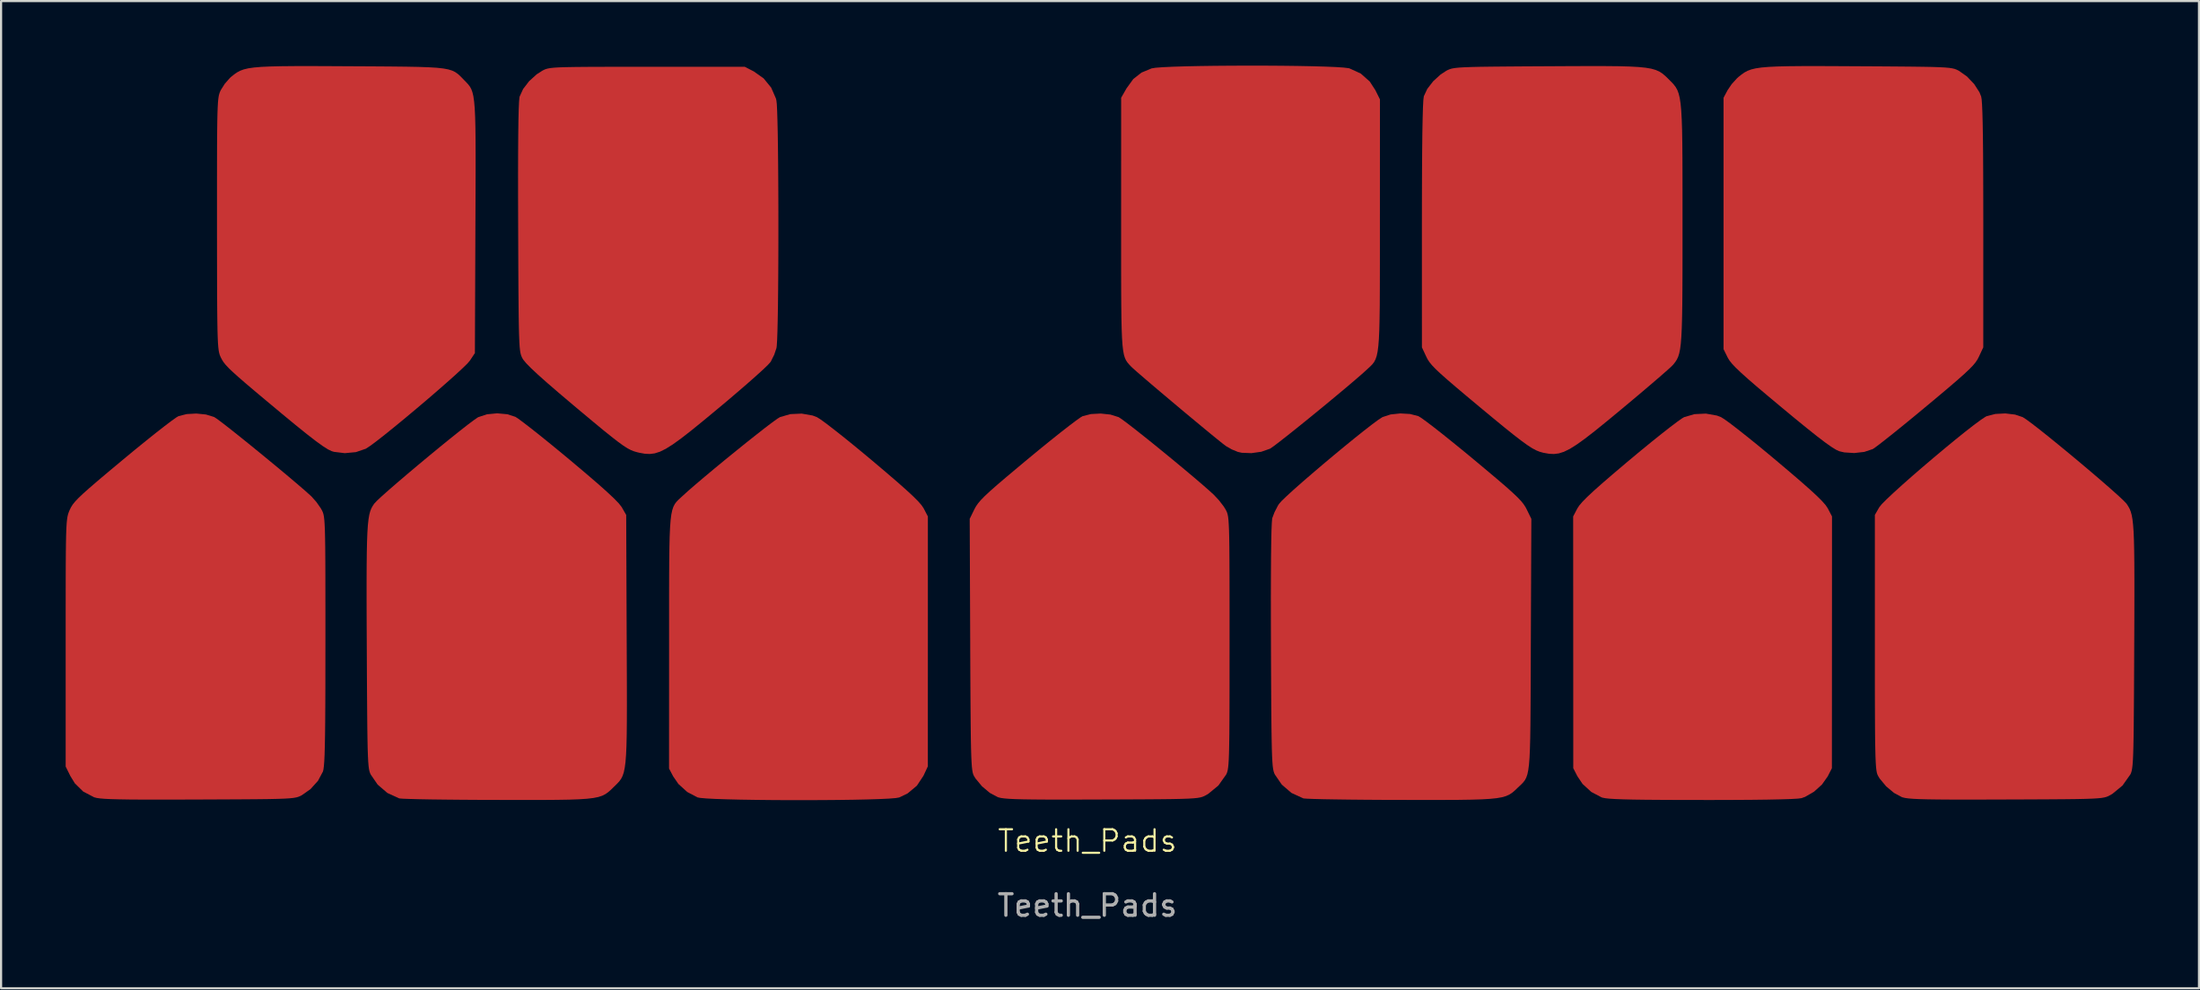
<source format=kicad_pcb>
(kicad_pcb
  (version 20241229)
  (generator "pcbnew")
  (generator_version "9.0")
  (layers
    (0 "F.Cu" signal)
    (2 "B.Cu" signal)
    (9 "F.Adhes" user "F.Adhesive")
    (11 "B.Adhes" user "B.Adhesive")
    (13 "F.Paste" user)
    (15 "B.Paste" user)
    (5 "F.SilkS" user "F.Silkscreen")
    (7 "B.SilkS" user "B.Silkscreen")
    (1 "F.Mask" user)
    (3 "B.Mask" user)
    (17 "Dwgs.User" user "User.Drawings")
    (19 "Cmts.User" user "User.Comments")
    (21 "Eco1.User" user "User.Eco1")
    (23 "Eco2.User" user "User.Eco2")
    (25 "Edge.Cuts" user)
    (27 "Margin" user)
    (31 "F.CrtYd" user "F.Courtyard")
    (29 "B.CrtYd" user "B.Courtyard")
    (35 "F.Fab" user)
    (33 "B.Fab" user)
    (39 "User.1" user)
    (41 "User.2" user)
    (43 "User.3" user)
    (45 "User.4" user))
  (footprint "Teeth_Pads"
    (layer "F.Cu")
    (at 47.968 36.529)
    (property "Reference" "Teeth_Pads" (at -0.512 -0.5 0) (unlocked yes) (layer "F.SilkS") (effects (font (size 1 1) (thickness 0.1))))
    (attr smd)
    (fp_poly (pts (xy 28.727 -20.217) (xy 28.921 -20.143) (xy 29.073 -20.048) (xy 29.337 -19.858) (xy 29.692 -19.585) (xy 30.122 -19.246) (xy 30.607 -18.854) (xy 31.129 -18.423) (xy 31.488 -18.124) (xy 32.13 -17.58) (xy 32.653 -17.131) (xy 33.066 -16.765) (xy 33.383 -16.472) (xy 33.614 -16.241) (xy 33.773 -16.061) (xy 33.87 -15.92) (xy 33.88 -15.902) (xy 34.074 -15.529) (xy 34.072 -9.679) (xy 34.069 -3.829) (xy 33.875 -3.448) (xy 33.608 -3.07) (xy 33.238 -2.736) (xy 32.825 -2.497) (xy 32.654 -2.436) (xy 32.489 -2.415) (xy 32.162 -2.396) (xy 31.681 -2.381) (xy 31.054 -2.368) (xy 30.287 -2.359) (xy 29.389 -2.354) (xy 28.367 -2.351) (xy 28.021 -2.352) (xy 27.007 -2.353) (xy 26.15 -2.357) (xy 25.435 -2.362) (xy 24.851 -2.37) (xy 24.383 -2.381) (xy 24.019 -2.395) (xy 23.745 -2.412) (xy 23.549 -2.433) (xy 23.416 -2.459) (xy 23.375 -2.472) (xy 22.895 -2.724) (xy 22.488 -3.097) (xy 22.248 -3.455) (xy 22.056 -3.829) (xy 22.054 -9.679) (xy 22.052 -15.529) (xy 22.246 -15.902) (xy 22.335 -16.037) (xy 22.483 -16.211) (xy 22.703 -16.434) (xy 23.006 -16.717) (xy 23.404 -17.071) (xy 23.909 -17.507) (xy 24.533 -18.036) (xy 24.638 -18.124) (xy 25.176 -18.572) (xy 25.688 -18.991) (xy 26.156 -19.367) (xy 26.563 -19.685) (xy 26.889 -19.932) (xy 27.117 -20.092) (xy 27.205 -20.143) (xy 27.685 -20.283) (xy 28.216 -20.308)) (stroke (width 0) (type solid)) (fill yes) (layer "F.Mask"))
    (fp_poly (pts (xy -13.271 -20.218) (xy -13.074 -20.143) (xy -12.921 -20.048) (xy -12.658 -19.858) (xy -12.302 -19.585) (xy -11.873 -19.246) (xy -11.388 -18.854) (xy -10.865 -18.423) (xy -10.507 -18.124) (xy -9.864 -17.58) (xy -9.342 -17.131) (xy -8.928 -16.765) (xy -8.612 -16.472) (xy -8.38 -16.241) (xy -8.222 -16.061) (xy -8.125 -15.92) (xy -8.115 -15.902) (xy -7.92 -15.529) (xy -7.921 -9.721) (xy -7.922 -3.914) (xy -8.124 -3.48) (xy -8.431 -3.016) (xy -8.861 -2.657) (xy -9.254 -2.468) (xy -9.419 -2.44) (xy -9.734 -2.415) (xy -10.177 -2.394) (xy -10.73 -2.377) (xy -11.371 -2.363) (xy -12.08 -2.353) (xy -12.838 -2.347) (xy -13.624 -2.344) (xy -14.418 -2.344) (xy -15.199 -2.349) (xy -15.949 -2.357) (xy -16.645 -2.368) (xy -17.269 -2.383) (xy -17.8 -2.401) (xy -18.218 -2.423) (xy -18.503 -2.449) (xy -18.62 -2.472) (xy -19.099 -2.724) (xy -19.509 -3.097) (xy -19.749 -3.447) (xy -19.943 -3.813) (xy -19.941 -9.663) (xy -19.941 -10.838) (xy -19.941 -11.855) (xy -19.939 -12.728) (xy -19.934 -13.468) (xy -19.926 -14.088) (xy -19.913 -14.601) (xy -19.895 -15.018) (xy -19.87 -15.351) (xy -19.836 -15.614) (xy -19.794 -15.819) (xy -19.742 -15.977) (xy -19.678 -16.102) (xy -19.602 -16.204) (xy -19.513 -16.298) (xy -19.409 -16.394) (xy -19.34 -16.458) (xy -19.068 -16.704) (xy -18.711 -17.014) (xy -18.289 -17.373) (xy -17.82 -17.764) (xy -17.325 -18.172) (xy -16.824 -18.58) (xy -16.336 -18.974) (xy -15.88 -19.335) (xy -15.477 -19.65) (xy -15.147 -19.901) (xy -14.908 -20.072) (xy -14.789 -20.145) (xy -14.31 -20.284) (xy -13.78 -20.308)) (stroke (width 0) (type solid)) (fill yes) (layer "F.Mask"))
    (fp_poly (pts (xy 34.338 -36.455) (xy 35.273 -36.45) (xy 36.242 -36.445) (xy 37.056 -36.439) (xy 37.731 -36.433) (xy 38.281 -36.426) (xy 38.72 -36.418) (xy 39.064 -36.406) (xy 39.327 -36.392) (xy 39.524 -36.374) (xy 39.67 -36.351) (xy 39.779 -36.324) (xy 39.867 -36.29) (xy 39.947 -36.25) (xy 39.971 -36.238) (xy 40.344 -35.974) (xy 40.677 -35.623) (xy 40.924 -35.239) (xy 41.003 -35.041) (xy 41.025 -34.91) (xy 41.044 -34.666) (xy 41.059 -34.303) (xy 41.072 -33.814) (xy 41.083 -33.191) (xy 41.091 -32.428) (xy 41.096 -31.517) (xy 41.1 -30.452) (xy 41.101 -29.225) (xy 41.101 -29.05) (xy 41.1 -23.387) (xy 40.896 -22.95) (xy 40.829 -22.821) (xy 40.74 -22.688) (xy 40.615 -22.538) (xy 40.441 -22.359) (xy 40.202 -22.136) (xy 39.886 -21.856) (xy 39.479 -21.506) (xy 38.965 -21.074) (xy 38.463 -20.655) (xy 37.926 -20.209) (xy 37.419 -19.794) (xy 36.961 -19.423) (xy 36.568 -19.11) (xy 36.257 -18.868) (xy 36.046 -18.711) (xy 35.965 -18.659) (xy 35.573 -18.528) (xy 35.106 -18.475) (xy 34.642 -18.505) (xy 34.413 -18.559) (xy 34.262 -18.628) (xy 34.047 -18.761) (xy 33.757 -18.966) (xy 33.382 -19.252) (xy 32.911 -19.627) (xy 32.334 -20.098) (xy 31.727 -20.601) (xy 31.091 -21.133) (xy 30.574 -21.57) (xy 30.162 -21.926) (xy 29.844 -22.212) (xy 29.605 -22.44) (xy 29.433 -22.622) (xy 29.315 -22.77) (xy 29.237 -22.896) (xy 29.229 -22.912) (xy 29.037 -23.302) (xy 29.037 -29.144) (xy 29.037 -34.986) (xy 29.225 -35.338) (xy 29.415 -35.619) (xy 29.659 -35.889) (xy 29.733 -35.955) (xy 29.87 -36.065) (xy 30.004 -36.159) (xy 30.148 -36.237) (xy 30.318 -36.301) (xy 30.528 -36.352) (xy 30.792 -36.391) (xy 31.126 -36.42) (xy 31.543 -36.44) (xy 32.058 -36.452) (xy 32.686 -36.458) (xy 33.441 -36.459)) (stroke (width 0) (type solid)) (fill yes) (layer "F.Mask"))
    (fp_poly (pts (xy 7.739 -36.478) (xy 8.512 -36.473) (xy 9.248 -36.464) (xy 9.924 -36.451) (xy 10.52 -36.434) (xy 11.015 -36.414) (xy 11.389 -36.389) (xy 11.62 -36.361) (xy 11.658 -36.352) (xy 12.185 -36.112) (xy 12.602 -35.742) (xy 12.861 -35.344) (xy 13.077 -34.911) (xy 13.075 -29.107) (xy 13.075 -27.937) (xy 13.074 -26.924) (xy 13.072 -26.056) (xy 13.068 -25.32) (xy 13.06 -24.704) (xy 13.047 -24.195) (xy 13.028 -23.781) (xy 13.002 -23.451) (xy 12.969 -23.19) (xy 12.926 -22.988) (xy 12.873 -22.832) (xy 12.808 -22.708) (xy 12.731 -22.606) (xy 12.641 -22.512) (xy 12.535 -22.415) (xy 12.473 -22.357) (xy 12.242 -22.148) (xy 11.919 -21.868) (xy 11.523 -21.532) (xy 11.075 -21.157) (xy 10.594 -20.758) (xy 10.1 -20.353) (xy 9.614 -19.957) (xy 9.154 -19.586) (xy 8.741 -19.258) (xy 8.394 -18.986) (xy 8.134 -18.789) (xy 7.98 -18.682) (xy 7.965 -18.674) (xy 7.567 -18.535) (xy 7.104 -18.47) (xy 6.658 -18.488) (xy 6.476 -18.528) (xy 6.193 -18.645) (xy 5.926 -18.798) (xy 5.776 -18.912) (xy 5.521 -19.116) (xy 5.183 -19.393) (xy 4.779 -19.726) (xy 4.33 -20.099) (xy 3.856 -20.494) (xy 3.377 -20.897) (xy 2.912 -21.289) (xy 2.481 -21.654) (xy 2.105 -21.976) (xy 1.802 -22.238) (xy 1.593 -22.423) (xy 1.503 -22.509) (xy 1.418 -22.602) (xy 1.344 -22.69) (xy 1.281 -22.787) (xy 1.228 -22.903) (xy 1.184 -23.052) (xy 1.148 -23.247) (xy 1.12 -23.498) (xy 1.098 -23.819) (xy 1.081 -24.222) (xy 1.07 -24.719) (xy 1.062 -25.323) (xy 1.058 -26.046) (xy 1.055 -26.899) (xy 1.055 -27.897) (xy 1.055 -29.05) (xy 1.055 -29.163) (xy 1.056 -34.986) (xy 1.306 -35.423) (xy 1.619 -35.856) (xy 2.002 -36.156) (xy 2.471 -36.351) (xy 2.656 -36.381) (xy 2.99 -36.406) (xy 3.451 -36.428) (xy 4.02 -36.446) (xy 4.674 -36.46) (xy 5.394 -36.47) (xy 6.159 -36.476) (xy 6.947 -36.479)) (stroke (width 0) (type solid)) (fill yes) (layer "F.Mask"))
    (fp_poly (pts (xy -16.005 -36.209) (xy -15.55 -35.887) (xy -15.198 -35.456) (xy -14.979 -34.954) (xy -14.956 -34.859) (xy -14.937 -34.687) (xy -14.921 -34.365) (xy -14.906 -33.91) (xy -14.894 -33.34) (xy -14.884 -32.675) (xy -14.876 -31.931) (xy -14.869 -31.126) (xy -14.865 -30.28) (xy -14.863 -29.409) (xy -14.863 -28.532) (xy -14.865 -27.667) (xy -14.87 -26.832) (xy -14.876 -26.045) (xy -14.884 -25.324) (xy -14.895 -24.687) (xy -14.907 -24.152) (xy -14.922 -23.737) (xy -14.939 -23.461) (xy -14.952 -23.358) (xy -15.057 -23.045) (xy -15.207 -22.742) (xy -15.238 -22.694) (xy -15.351 -22.57) (xy -15.577 -22.353) (xy -15.9 -22.059) (xy -16.304 -21.703) (xy -16.771 -21.299) (xy -17.285 -20.862) (xy -17.67 -20.54) (xy -18.346 -19.98) (xy -18.909 -19.522) (xy -19.377 -19.158) (xy -19.765 -18.878) (xy -20.089 -18.674) (xy -20.366 -18.537) (xy -20.611 -18.459) (xy -20.841 -18.431) (xy -21.072 -18.443) (xy -21.319 -18.488) (xy -21.425 -18.513) (xy -21.567 -18.554) (xy -21.712 -18.611) (xy -21.874 -18.697) (xy -22.07 -18.822) (xy -22.312 -18.997) (xy -22.616 -19.233) (xy -22.997 -19.54) (xy -23.47 -19.931) (xy -24.05 -20.415) (xy -24.383 -20.695) (xy -25.053 -21.262) (xy -25.599 -21.733) (xy -26.029 -22.116) (xy -26.353 -22.419) (xy -26.579 -22.65) (xy -26.716 -22.818) (xy -26.754 -22.879) (xy -26.788 -22.949) (xy -26.817 -23.027) (xy -26.842 -23.123) (xy -26.864 -23.251) (xy -26.882 -23.424) (xy -26.896 -23.653) (xy -26.908 -23.953) (xy -26.918 -24.334) (xy -26.926 -24.81) (xy -26.932 -25.394) (xy -26.938 -26.098) (xy -26.942 -26.934) (xy -26.947 -27.915) (xy -26.951 -28.96) (xy -26.955 -30.284) (xy -26.956 -31.442) (xy -26.953 -32.435) (xy -26.947 -33.265) (xy -26.938 -33.935) (xy -26.925 -34.448) (xy -26.909 -34.805) (xy -26.889 -35.008) (xy -26.883 -35.039) (xy -26.721 -35.393) (xy -26.444 -35.754) (xy -26.095 -36.072) (xy -25.833 -36.241) (xy -25.755 -36.282) (xy -25.674 -36.316) (xy -25.575 -36.344) (xy -25.445 -36.367) (xy -25.268 -36.385) (xy -25.031 -36.399) (xy -24.719 -36.409) (xy -24.318 -36.416) (xy -23.812 -36.421) (xy -23.189 -36.424) (xy -22.434 -36.425) (xy -21.531 -36.426) (xy -20.957 -36.426) (xy -16.425 -36.426)) (stroke (width 0) (type solid)) (fill yes) (layer "F.Mask"))
    (fp_poly (pts (xy 14.479 -20.29) (xy 14.862 -20.19) (xy 14.997 -20.107) (xy 15.245 -19.928) (xy 15.587 -19.667) (xy 16.007 -19.338) (xy 16.486 -18.953) (xy 17.007 -18.528) (xy 17.417 -18.189) (xy 18.032 -17.676) (xy 18.528 -17.257) (xy 18.922 -16.919) (xy 19.227 -16.647) (xy 19.456 -16.43) (xy 19.624 -16.254) (xy 19.745 -16.105) (xy 19.834 -15.97) (xy 19.889 -15.866) (xy 20.109 -15.417) (xy 20.085 -9.581) (xy 20.081 -8.421) (xy 20.077 -7.417) (xy 20.073 -6.558) (xy 20.066 -5.831) (xy 20.057 -5.224) (xy 20.044 -4.723) (xy 20.025 -4.318) (xy 20 -3.994) (xy 19.967 -3.74) (xy 19.925 -3.544) (xy 19.873 -3.392) (xy 19.811 -3.273) (xy 19.736 -3.174) (xy 19.647 -3.082) (xy 19.544 -2.985) (xy 19.462 -2.907) (xy 19.337 -2.788) (xy 19.217 -2.687) (xy 19.088 -2.603) (xy 18.935 -2.534) (xy 18.744 -2.479) (xy 18.501 -2.436) (xy 18.19 -2.404) (xy 17.797 -2.381) (xy 17.308 -2.366) (xy 16.708 -2.357) (xy 15.983 -2.354) (xy 15.118 -2.353) (xy 14.099 -2.355) (xy 14.057 -2.355) (xy 13.21 -2.357) (xy 12.411 -2.362) (xy 11.674 -2.369) (xy 11.018 -2.378) (xy 10.46 -2.387) (xy 10.015 -2.399) (xy 9.702 -2.411) (xy 9.537 -2.423) (xy 9.52 -2.426) (xy 8.969 -2.678) (xy 8.517 -3.067) (xy 8.197 -3.533) (xy 8.166 -3.599) (xy 8.139 -3.68) (xy 8.116 -3.788) (xy 8.096 -3.936) (xy 8.08 -4.137) (xy 8.066 -4.403) (xy 8.055 -4.746) (xy 8.046 -5.18) (xy 8.038 -5.716) (xy 8.032 -6.368) (xy 8.027 -7.148) (xy 8.022 -8.068) (xy 8.017 -9.141) (xy 8.015 -9.482) (xy 8.011 -10.718) (xy 8.011 -11.824) (xy 8.013 -12.794) (xy 8.019 -13.622) (xy 8.027 -14.304) (xy 8.039 -14.835) (xy 8.053 -15.208) (xy 8.07 -15.419) (xy 8.077 -15.452) (xy 8.18 -15.726) (xy 8.334 -16.025) (xy 8.385 -16.106) (xy 8.506 -16.244) (xy 8.739 -16.47) (xy 9.067 -16.769) (xy 9.468 -17.124) (xy 9.924 -17.518) (xy 10.415 -17.936) (xy 10.921 -18.361) (xy 11.423 -18.777) (xy 11.901 -19.167) (xy 12.336 -19.514) (xy 12.708 -19.803) (xy 12.999 -20.018) (xy 13.187 -20.14) (xy 13.199 -20.147) (xy 13.57 -20.268) (xy 14.021 -20.316)) (stroke (width 0) (type solid)) (fill yes) (layer "F.Mask"))
    (fp_poly (pts (xy -27.458 -20.279) (xy -27.08 -20.158) (xy -26.939 -20.066) (xy -26.686 -19.879) (xy -26.34 -19.611) (xy -25.918 -19.276) (xy -25.438 -18.888) (xy -24.918 -18.461) (xy -24.551 -18.156) (xy -23.854 -17.57) (xy -23.285 -17.081) (xy -22.837 -16.683) (xy -22.502 -16.369) (xy -22.274 -16.133) (xy -22.146 -15.969) (xy -22.138 -15.956) (xy -21.933 -15.598) (xy -21.909 -9.848) (xy -21.904 -8.669) (xy -21.901 -7.647) (xy -21.899 -6.769) (xy -21.902 -6.024) (xy -21.908 -5.399) (xy -21.92 -4.881) (xy -21.939 -4.458) (xy -21.965 -4.117) (xy -22 -3.847) (xy -22.045 -3.635) (xy -22.101 -3.469) (xy -22.169 -3.335) (xy -22.25 -3.222) (xy -22.345 -3.118) (xy -22.455 -3.009) (xy -22.506 -2.96) (xy -22.64 -2.829) (xy -22.764 -2.719) (xy -22.893 -2.627) (xy -23.042 -2.551) (xy -23.225 -2.491) (xy -23.457 -2.444) (xy -23.752 -2.409) (xy -24.126 -2.384) (xy -24.592 -2.367) (xy -25.165 -2.358) (xy -25.861 -2.353) (xy -26.693 -2.353) (xy -27.676 -2.354) (xy -27.934 -2.355) (xy -28.78 -2.357) (xy -29.581 -2.362) (xy -30.317 -2.369) (xy -30.974 -2.377) (xy -31.533 -2.387) (xy -31.978 -2.399) (xy -32.292 -2.41) (xy -32.457 -2.423) (xy -32.474 -2.426) (xy -33.026 -2.678) (xy -33.478 -3.067) (xy -33.798 -3.533) (xy -33.829 -3.599) (xy -33.856 -3.681) (xy -33.879 -3.79) (xy -33.899 -3.939) (xy -33.915 -4.142) (xy -33.929 -4.41) (xy -33.94 -4.756) (xy -33.95 -5.193) (xy -33.958 -5.733) (xy -33.964 -6.39) (xy -33.97 -7.175) (xy -33.975 -8.102) (xy -33.981 -9.183) (xy -33.982 -9.417) (xy -33.987 -10.594) (xy -33.99 -11.613) (xy -33.991 -12.488) (xy -33.988 -13.231) (xy -33.981 -13.854) (xy -33.97 -14.37) (xy -33.953 -14.791) (xy -33.93 -15.13) (xy -33.901 -15.399) (xy -33.865 -15.61) (xy -33.82 -15.775) (xy -33.768 -15.908) (xy -33.706 -16.02) (xy -33.634 -16.125) (xy -33.632 -16.127) (xy -33.51 -16.257) (xy -33.276 -16.476) (xy -32.948 -16.767) (xy -32.546 -17.116) (xy -32.09 -17.505) (xy -31.599 -17.918) (xy -31.093 -18.34) (xy -30.591 -18.753) (xy -30.114 -19.141) (xy -29.679 -19.489) (xy -29.307 -19.78) (xy -29.018 -19.998) (xy -28.831 -20.127) (xy -28.8 -20.144) (xy -28.399 -20.276) (xy -27.927 -20.321)) (stroke (width 0) (type solid)) (fill yes) (layer "F.Mask"))
    (fp_poly (pts (xy 42.58 -20.262) (xy 42.931 -20.144) (xy 43.094 -20.039) (xy 43.363 -19.841) (xy 43.718 -19.566) (xy 44.139 -19.23) (xy 44.608 -18.849) (xy 45.104 -18.44) (xy 45.61 -18.018) (xy 46.105 -17.6) (xy 46.57 -17.202) (xy 46.985 -16.84) (xy 47.332 -16.531) (xy 47.591 -16.29) (xy 47.743 -16.133) (xy 47.764 -16.106) (xy 47.836 -15.996) (xy 47.897 -15.883) (xy 47.95 -15.754) (xy 47.994 -15.596) (xy 48.03 -15.398) (xy 48.059 -15.146) (xy 48.081 -14.828) (xy 48.098 -14.431) (xy 48.109 -13.943) (xy 48.116 -13.35) (xy 48.119 -12.642) (xy 48.119 -11.803) (xy 48.117 -10.824) (xy 48.112 -9.689) (xy 48.111 -9.459) (xy 48.106 -8.342) (xy 48.101 -7.381) (xy 48.096 -6.564) (xy 48.09 -5.879) (xy 48.082 -5.312) (xy 48.074 -4.852) (xy 48.063 -4.486) (xy 48.05 -4.201) (xy 48.034 -3.984) (xy 48.016 -3.823) (xy 47.993 -3.705) (xy 47.967 -3.618) (xy 47.937 -3.549) (xy 47.929 -3.533) (xy 47.567 -3.023) (xy 47.095 -2.635) (xy 46.986 -2.572) (xy 46.908 -2.532) (xy 46.826 -2.498) (xy 46.725 -2.47) (xy 46.591 -2.447) (xy 46.409 -2.429) (xy 46.165 -2.414) (xy 45.845 -2.403) (xy 45.433 -2.394) (xy 44.916 -2.388) (xy 44.28 -2.383) (xy 43.508 -2.379) (xy 42.588 -2.375) (xy 42.16 -2.374) (xy 41.146 -2.371) (xy 40.288 -2.37) (xy 39.571 -2.371) (xy 38.982 -2.375) (xy 38.507 -2.382) (xy 38.132 -2.392) (xy 37.843 -2.406) (xy 37.627 -2.424) (xy 37.468 -2.446) (xy 37.355 -2.473) (xy 37.321 -2.484) (xy 36.951 -2.682) (xy 36.587 -2.988) (xy 36.288 -3.349) (xy 36.212 -3.473) (xy 36.183 -3.535) (xy 36.159 -3.616) (xy 36.137 -3.729) (xy 36.12 -3.885) (xy 36.105 -4.097) (xy 36.093 -4.376) (xy 36.084 -4.736) (xy 36.077 -5.188) (xy 36.071 -5.744) (xy 36.068 -6.416) (xy 36.066 -7.217) (xy 36.064 -8.159) (xy 36.064 -9.254) (xy 36.064 -9.671) (xy 36.064 -15.598) (xy 36.269 -15.956) (xy 36.385 -16.099) (xy 36.615 -16.331) (xy 36.94 -16.636) (xy 37.34 -16.999) (xy 37.796 -17.402) (xy 38.29 -17.829) (xy 38.802 -18.265) (xy 39.314 -18.694) (xy 39.806 -19.098) (xy 40.259 -19.463) (xy 40.654 -19.771) (xy 40.972 -20.007) (xy 41.194 -20.155) (xy 41.261 -20.189) (xy 41.66 -20.292) (xy 42.125 -20.316)) (stroke (width 0) (type solid)) (fill yes) (layer "F.Mask"))
    (fp_poly (pts (xy 23.538 -36.458) (xy 24.161 -36.452) (xy 24.672 -36.438) (xy 25.086 -36.415) (xy 25.416 -36.382) (xy 25.678 -36.337) (xy 25.885 -36.278) (xy 26.052 -36.205) (xy 26.193 -36.114) (xy 26.323 -36.006) (xy 26.456 -35.878) (xy 26.497 -35.837) (xy 26.618 -35.716) (xy 26.722 -35.603) (xy 26.812 -35.486) (xy 26.887 -35.352) (xy 26.949 -35.188) (xy 27 -34.981) (xy 27.04 -34.72) (xy 27.071 -34.391) (xy 27.095 -33.981) (xy 27.111 -33.479) (xy 27.121 -32.87) (xy 27.128 -32.143) (xy 27.131 -31.285) (xy 27.132 -30.284) (xy 27.132 -29.125) (xy 27.132 -29.102) (xy 27.131 -27.949) (xy 27.13 -26.952) (xy 27.127 -26.099) (xy 27.121 -25.378) (xy 27.111 -24.775) (xy 27.096 -24.279) (xy 27.077 -23.875) (xy 27.051 -23.553) (xy 27.017 -23.298) (xy 26.976 -23.099) (xy 26.926 -22.943) (xy 26.866 -22.817) (xy 26.796 -22.708) (xy 26.714 -22.603) (xy 26.686 -22.569) (xy 26.576 -22.462) (xy 26.353 -22.262) (xy 26.034 -21.983) (xy 25.634 -21.64) (xy 25.17 -21.246) (xy 24.66 -20.818) (xy 24.296 -20.513) (xy 23.625 -19.958) (xy 23.065 -19.505) (xy 22.601 -19.145) (xy 22.217 -18.869) (xy 21.897 -18.668) (xy 21.624 -18.534) (xy 21.383 -18.458) (xy 21.157 -18.43) (xy 20.93 -18.441) (xy 20.687 -18.484) (xy 20.655 -18.491) (xy 20.499 -18.534) (xy 20.334 -18.6) (xy 20.146 -18.701) (xy 19.919 -18.848) (xy 19.638 -19.051) (xy 19.288 -19.321) (xy 18.854 -19.669) (xy 18.321 -20.107) (xy 17.706 -20.618) (xy 17.091 -21.132) (xy 16.593 -21.552) (xy 16.198 -21.891) (xy 15.893 -22.162) (xy 15.664 -22.378) (xy 15.497 -22.553) (xy 15.377 -22.699) (xy 15.291 -22.83) (xy 15.23 -22.949) (xy 15.026 -23.387) (xy 15.026 -29.06) (xy 15.027 -30.375) (xy 15.031 -31.531) (xy 15.038 -32.527) (xy 15.048 -33.361) (xy 15.06 -34.032) (xy 15.075 -34.539) (xy 15.093 -34.879) (xy 15.114 -35.052) (xy 15.115 -35.056) (xy 15.276 -35.399) (xy 15.55 -35.753) (xy 15.893 -36.066) (xy 16.161 -36.241) (xy 16.242 -36.282) (xy 16.326 -36.317) (xy 16.43 -36.346) (xy 16.566 -36.369) (xy 16.751 -36.388) (xy 16.999 -36.403) (xy 17.325 -36.415) (xy 17.743 -36.425) (xy 18.269 -36.432) (xy 18.917 -36.438) (xy 19.701 -36.444) (xy 20.637 -36.449) (xy 20.853 -36.45) (xy 21.898 -36.456) (xy 22.788 -36.459)) (stroke (width 0) (type solid)) (fill yes) (layer "F.Mask"))
    (fp_poly (pts (xy -41.451 -20.266) (xy -41.081 -20.153) (xy -41.055 -20.14) (xy -40.922 -20.051) (xy -40.678 -19.868) (xy -40.345 -19.609) (xy -39.943 -19.289) (xy -39.49 -18.925) (xy -39.008 -18.533) (xy -38.515 -18.128) (xy -38.032 -17.729) (xy -37.579 -17.35) (xy -37.175 -17.007) (xy -36.84 -16.718) (xy -36.595 -16.498) (xy -36.551 -16.458) (xy -36.323 -16.202) (xy -36.119 -15.909) (xy -36.086 -15.852) (xy -36.05 -15.783) (xy -36.019 -15.712) (xy -35.993 -15.624) (xy -35.971 -15.509) (xy -35.953 -15.353) (xy -35.938 -15.143) (xy -35.927 -14.868) (xy -35.918 -14.514) (xy -35.912 -14.069) (xy -35.908 -13.521) (xy -35.905 -12.856) (xy -35.903 -12.063) (xy -35.903 -11.129) (xy -35.903 -10.041) (xy -35.903 -9.756) (xy -35.903 -8.58) (xy -35.905 -7.563) (xy -35.909 -6.692) (xy -35.914 -5.958) (xy -35.921 -5.348) (xy -35.93 -4.851) (xy -35.942 -4.456) (xy -35.956 -4.153) (xy -35.973 -3.929) (xy -35.993 -3.774) (xy -36.017 -3.676) (xy -36.018 -3.674) (xy -36.246 -3.246) (xy -36.595 -2.858) (xy -36.995 -2.575) (xy -37.075 -2.534) (xy -37.157 -2.5) (xy -37.257 -2.471) (xy -37.39 -2.448) (xy -37.569 -2.429) (xy -37.809 -2.414) (xy -38.125 -2.403) (xy -38.531 -2.394) (xy -39.041 -2.388) (xy -39.671 -2.383) (xy -40.434 -2.379) (xy -41.345 -2.375) (xy -41.829 -2.373) (xy -42.847 -2.37) (xy -43.708 -2.369) (xy -44.428 -2.37) (xy -45.019 -2.374) (xy -45.495 -2.382) (xy -45.87 -2.392) (xy -46.157 -2.406) (xy -46.371 -2.424) (xy -46.524 -2.446) (xy -46.63 -2.473) (xy -46.648 -2.479) (xy -47.153 -2.743) (xy -47.54 -3.123) (xy -47.747 -3.462) (xy -47.968 -3.905) (xy -47.968 -9.651) (xy -47.968 -10.777) (xy -47.967 -11.746) (xy -47.966 -12.571) (xy -47.963 -13.265) (xy -47.959 -13.841) (xy -47.954 -14.312) (xy -47.945 -14.69) (xy -47.934 -14.988) (xy -47.92 -15.218) (xy -47.903 -15.394) (xy -47.882 -15.528) (xy -47.856 -15.634) (xy -47.826 -15.723) (xy -47.791 -15.809) (xy -47.783 -15.827) (xy -47.723 -15.951) (xy -47.644 -16.077) (xy -47.533 -16.216) (xy -47.375 -16.383) (xy -47.158 -16.59) (xy -46.866 -16.85) (xy -46.486 -17.177) (xy -46.005 -17.583) (xy -45.409 -18.081) (xy -45.314 -18.16) (xy -44.769 -18.611) (xy -44.254 -19.03) (xy -43.784 -19.406) (xy -43.379 -19.723) (xy -43.054 -19.969) (xy -42.827 -20.13) (xy -42.728 -20.189) (xy -42.348 -20.286) (xy -41.897 -20.311)) (stroke (width 0) (type solid)) (fill yes) (layer "F.Mask"))
    (fp_poly (pts (xy 0.559 -20.263) (xy 0.933 -20.146) (xy 0.947 -20.139) (xy 1.09 -20.045) (xy 1.342 -19.858) (xy 1.683 -19.595) (xy 2.091 -19.271) (xy 2.548 -18.905) (xy 3.032 -18.511) (xy 3.524 -18.107) (xy 4.003 -17.709) (xy 4.45 -17.334) (xy 4.842 -16.998) (xy 5.161 -16.718) (xy 5.358 -16.538) (xy 5.6 -16.279) (xy 5.817 -15.998) (xy 5.908 -15.852) (xy 5.944 -15.784) (xy 5.975 -15.713) (xy 6.001 -15.627) (xy 6.023 -15.513) (xy 6.041 -15.358) (xy 6.056 -15.151) (xy 6.067 -14.879) (xy 6.076 -14.529) (xy 6.082 -14.089) (xy 6.087 -13.546) (xy 6.09 -12.888) (xy 6.091 -12.103) (xy 6.092 -11.178) (xy 6.092 -10.101) (xy 6.092 -9.671) (xy 6.092 -8.532) (xy 6.091 -7.55) (xy 6.089 -6.712) (xy 6.086 -6.007) (xy 6.082 -5.421) (xy 6.076 -4.943) (xy 6.067 -4.561) (xy 6.056 -4.261) (xy 6.042 -4.031) (xy 6.026 -3.86) (xy 6.005 -3.734) (xy 5.981 -3.642) (xy 5.953 -3.57) (xy 5.934 -3.533) (xy 5.572 -3.023) (xy 5.101 -2.635) (xy 4.991 -2.572) (xy 4.913 -2.532) (xy 4.831 -2.498) (xy 4.73 -2.47) (xy 4.596 -2.447) (xy 4.414 -2.429) (xy 4.171 -2.414) (xy 3.85 -2.403) (xy 3.439 -2.394) (xy 2.922 -2.388) (xy 2.285 -2.383) (xy 1.514 -2.379) (xy 0.593 -2.375) (xy 0.165 -2.374) (xy -0.848 -2.371) (xy -1.707 -2.37) (xy -2.423 -2.371) (xy -3.012 -2.375) (xy -3.487 -2.382) (xy -3.863 -2.392) (xy -4.152 -2.406) (xy -4.368 -2.424) (xy -4.526 -2.446) (xy -4.64 -2.473) (xy -4.673 -2.484) (xy -5.044 -2.682) (xy -5.408 -2.988) (xy -5.707 -3.349) (xy -5.782 -3.473) (xy -5.811 -3.536) (xy -5.837 -3.619) (xy -5.858 -3.735) (xy -5.877 -3.896) (xy -5.892 -4.114) (xy -5.905 -4.401) (xy -5.916 -4.77) (xy -5.925 -5.233) (xy -5.932 -5.802) (xy -5.938 -6.489) (xy -5.944 -7.306) (xy -5.949 -8.267) (xy -5.953 -9.382) (xy -5.954 -9.581) (xy -5.978 -15.417) (xy -5.758 -15.866) (xy -5.686 -15.998) (xy -5.592 -16.134) (xy -5.462 -16.288) (xy -5.282 -16.472) (xy -5.038 -16.699) (xy -4.716 -16.984) (xy -4.302 -17.338) (xy -3.782 -17.775) (xy -3.286 -18.189) (xy -2.745 -18.636) (xy -2.232 -19.052) (xy -1.767 -19.424) (xy -1.365 -19.737) (xy -1.045 -19.979) (xy -0.823 -20.136) (xy -0.732 -20.189) (xy -0.347 -20.287) (xy 0.108 -20.311)) (stroke (width 0) (type solid)) (fill yes) (layer "F.Mask"))
    (fp_poly (pts (xy -35.65 -36.455) (xy -34.747 -36.45) (xy -33.739 -36.445) (xy -32.887 -36.439) (xy -32.174 -36.431) (xy -31.586 -36.42) (xy -31.109 -36.403) (xy -30.728 -36.38) (xy -30.428 -36.347) (xy -30.195 -36.303) (xy -30.013 -36.247) (xy -29.869 -36.176) (xy -29.747 -36.089) (xy -29.632 -35.985) (xy -29.511 -35.86) (xy -29.462 -35.809) (xy -29.358 -35.703) (xy -29.269 -35.606) (xy -29.192 -35.504) (xy -29.127 -35.386) (xy -29.073 -35.239) (xy -29.03 -35.052) (xy -28.995 -34.81) (xy -28.969 -34.504) (xy -28.95 -34.119) (xy -28.937 -33.644) (xy -28.93 -33.066) (xy -28.927 -32.373) (xy -28.927 -31.554) (xy -28.93 -30.594) (xy -28.934 -29.483) (xy -28.936 -28.969) (xy -28.96 -23.121) (xy -29.194 -22.768) (xy -29.316 -22.627) (xy -29.551 -22.398) (xy -29.88 -22.095) (xy -30.282 -21.736) (xy -30.739 -21.337) (xy -31.231 -20.914) (xy -31.738 -20.485) (xy -32.241 -20.065) (xy -32.72 -19.67) (xy -33.157 -19.319) (xy -33.531 -19.025) (xy -33.824 -18.808) (xy -34.015 -18.682) (xy -34.03 -18.674) (xy -34.486 -18.518) (xy -35.003 -18.469) (xy -35.504 -18.531) (xy -35.606 -18.561) (xy -35.776 -18.641) (xy -36.019 -18.794) (xy -36.345 -19.03) (xy -36.766 -19.356) (xy -37.292 -19.779) (xy -37.932 -20.308) (xy -37.977 -20.345) (xy -38.631 -20.891) (xy -39.166 -21.34) (xy -39.598 -21.706) (xy -39.937 -22) (xy -40.197 -22.234) (xy -40.392 -22.42) (xy -40.533 -22.57) (xy -40.634 -22.697) (xy -40.707 -22.812) (xy -40.766 -22.927) (xy -40.782 -22.962) (xy -40.812 -23.036) (xy -40.838 -23.126) (xy -40.86 -23.242) (xy -40.879 -23.398) (xy -40.894 -23.607) (xy -40.907 -23.879) (xy -40.917 -24.229) (xy -40.924 -24.668) (xy -40.93 -25.209) (xy -40.934 -25.865) (xy -40.936 -26.647) (xy -40.938 -27.568) (xy -40.938 -28.641) (xy -40.939 -29.139) (xy -40.939 -30.274) (xy -40.939 -31.253) (xy -40.938 -32.088) (xy -40.935 -32.791) (xy -40.931 -33.375) (xy -40.926 -33.851) (xy -40.918 -34.234) (xy -40.907 -34.535) (xy -40.894 -34.767) (xy -40.877 -34.943) (xy -40.856 -35.074) (xy -40.832 -35.174) (xy -40.803 -35.255) (xy -40.769 -35.329) (xy -40.763 -35.341) (xy -40.58 -35.632) (xy -40.342 -35.905) (xy -40.277 -35.963) (xy -40.141 -36.072) (xy -40.009 -36.164) (xy -39.865 -36.241) (xy -39.694 -36.304) (xy -39.483 -36.354) (xy -39.217 -36.392) (xy -38.882 -36.421) (xy -38.462 -36.44) (xy -37.943 -36.452) (xy -37.311 -36.458) (xy -36.552 -36.459)) (stroke (width 0) (type solid)) (fill yes) (layer "F.Mask"))
    (fp_text user "${REFERENCE}" (at -0.512 2.5 0) (unlocked yes) (layer "F.Fab") (effects (font (size 1 1) (thickness 0.15))))
    (pad "1" smd custom (at -42.362 -11.05) (size 1.524 1.524) (layers "F.Cu" "F.Mask" "F.Paste") (options (anchor circle)) (primitives (gr_poly (pts (xy -1.143 -0.381) (xy -1.127 -0.49) (xy -1.072 -0.602) (xy -0.983 -0.691) (xy -0.871 -0.746) (xy -0.762 -0.762) (xy 0.762 -0.762) (xy 0.871 -0.746) (xy 0.983 -0.691) (xy 1.072 -0.602) (xy 1.127 -0.49) (xy 1.143 -0.381) (xy 1.143 0.381) (xy 1.127 0.49) (xy 1.072 0.602) (xy 0.983 0.691) (xy 0.871 0.746) (xy 0.762 0.762) (xy -0.762 0.762) (xy -0.871 0.746) (xy -0.983 0.691) (xy -1.072 0.602) (xy -1.127 0.49) (xy -1.143 0.381)) (width 0) (fill yes)) (gr_poly (pts (xy 0.911 -9.266) (xy 1.28 -9.153) (xy 1.306 -9.14) (xy 1.44 -9.051) (xy 1.683 -8.868) (xy 2.016 -8.609) (xy 2.419 -8.289) (xy 2.872 -7.925) (xy 3.354 -7.533) (xy 3.847 -7.128) (xy 4.33 -6.729) (xy 4.783 -6.35) (xy 5.187 -6.007) (xy 5.522 -5.718) (xy 5.767 -5.498) (xy 5.81 -5.458) (xy 6.038 -5.202) (xy 6.243 -4.909) (xy 6.276 -4.852) (xy 6.312 -4.783) (xy 6.343 -4.712) (xy 6.369 -4.624) (xy 6.391 -4.509) (xy 6.409 -4.353) (xy 6.423 -4.143) (xy 6.435 -3.868) (xy 6.443 -3.514) (xy 6.45 -3.069) (xy 6.454 -2.521) (xy 6.457 -1.856) (xy 6.458 -1.063) (xy 6.459 -0.129) (xy 6.459 0.959) (xy 6.459 1.244) (xy 6.458 2.42) (xy 6.457 3.437) (xy 6.453 4.308) (xy 6.448 5.042) (xy 6.441 5.652) (xy 6.431 6.149) (xy 6.42 6.544) (xy 6.406 6.847) (xy 6.388 7.071) (xy 6.368 7.226) (xy 6.345 7.324) (xy 6.344 7.326) (xy 6.116 7.754) (xy 5.767 8.142) (xy 5.366 8.425) (xy 5.287 8.466) (xy 5.205 8.5) (xy 5.104 8.529) (xy 4.972 8.552) (xy 4.793 8.571) (xy 4.553 8.586) (xy 4.237 8.597) (xy 3.831 8.606) (xy 3.321 8.612) (xy 2.691 8.617) (xy 1.928 8.621) (xy 1.017 8.625) (xy 0.532 8.627) (xy -0.485 8.63) (xy -1.346 8.631) (xy -2.066 8.63) (xy -2.657 8.626) (xy -3.133 8.618) (xy -3.508 8.608) (xy -3.796 8.594) (xy -4.009 8.576) (xy -4.162 8.554) (xy -4.269 8.527) (xy -4.286 8.521) (xy -4.791 8.257) (xy -5.178 7.877) (xy -5.386 7.538) (xy -5.606 7.095) (xy -5.606 1.349) (xy -5.606 0.223) (xy -5.605 -0.746) (xy -5.604 -1.571) (xy -5.602 -2.265) (xy -5.598 -2.841) (xy -5.592 -3.312) (xy -5.584 -3.69) (xy -5.573 -3.988) (xy -5.559 -4.218) (xy -5.541 -4.394) (xy -5.52 -4.528) (xy -5.494 -4.634) (xy -5.464 -4.723) (xy -5.429 -4.809) (xy -5.421 -4.827) (xy -5.361 -4.951) (xy -5.282 -5.077) (xy -5.171 -5.216) (xy -5.014 -5.383) (xy -4.796 -5.59) (xy -4.504 -5.85) (xy -4.125 -6.177) (xy -3.644 -6.583) (xy -3.047 -7.081) (xy -2.953 -7.16) (xy -2.408 -7.611) (xy -1.892 -8.03) (xy -1.423 -8.406) (xy -1.017 -8.723) (xy -0.692 -8.969) (xy -0.466 -9.13) (xy -0.366 -9.189) (xy 0.014 -9.286) (xy 0.464 -9.311)) (width 0) (fill yes))))
    (pad "2" smd custom (at -34.962 -28.95) (size 1.524 1.524) (layers "F.Cu" "F.Mask" "F.Paste") (options (anchor circle)) (primitives (gr_poly (pts (xy -1.143 -0.381) (xy -1.127 -0.49) (xy -1.072 -0.602) (xy -0.983 -0.691) (xy -0.871 -0.746) (xy -0.762 -0.762) (xy 0.762 -0.762) (xy 0.871 -0.746) (xy 0.983 -0.691) (xy 1.072 -0.602) (xy 1.127 -0.49) (xy 1.143 -0.381) (xy 1.143 0.381) (xy 1.127 0.49) (xy 1.072 0.602) (xy 0.983 0.691) (xy 0.871 0.746) (xy 0.762 0.762) (xy -0.762 0.762) (xy -0.871 0.746) (xy -0.983 0.691) (xy -1.072 0.602) (xy -1.127 0.49) (xy -1.143 0.381)) (width 0) (fill yes)) (gr_poly (pts (xy -0.688 -7.555) (xy 0.215 -7.55) (xy 1.222 -7.545) (xy 2.075 -7.539) (xy 2.788 -7.531) (xy 3.375 -7.52) (xy 3.852 -7.503) (xy 4.233 -7.48) (xy 4.533 -7.447) (xy 4.767 -7.403) (xy 4.948 -7.347) (xy 5.093 -7.276) (xy 5.215 -7.189) (xy 5.329 -7.085) (xy 5.451 -6.96) (xy 5.5 -6.909) (xy 5.604 -6.803) (xy 5.693 -6.706) (xy 5.77 -6.604) (xy 5.835 -6.486) (xy 5.888 -6.339) (xy 5.932 -6.152) (xy 5.966 -5.91) (xy 5.993 -5.604) (xy 6.012 -5.219) (xy 6.025 -4.744) (xy 6.032 -4.166) (xy 6.035 -3.473) (xy 6.035 -2.654) (xy 6.032 -1.694) (xy 6.027 -0.583) (xy 6.025 -0.069) (xy 6.002 5.779) (xy 5.768 6.132) (xy 5.646 6.273) (xy 5.41 6.502) (xy 5.082 6.805) (xy 4.679 7.164) (xy 4.223 7.563) (xy 3.731 7.986) (xy 3.224 8.415) (xy 2.721 8.835) (xy 2.241 9.23) (xy 1.805 9.581) (xy 1.43 9.875) (xy 1.138 10.092) (xy 0.947 10.218) (xy 0.932 10.226) (xy 0.475 10.382) (xy -0.041 10.431) (xy -0.543 10.369) (xy -0.645 10.339) (xy -0.814 10.259) (xy -1.057 10.106) (xy -1.384 9.87) (xy -1.805 9.544) (xy -2.33 9.121) (xy -2.971 8.592) (xy -3.015 8.555) (xy -3.669 8.009) (xy -4.205 7.56) (xy -4.636 7.194) (xy -4.975 6.9) (xy -5.236 6.666) (xy -5.43 6.48) (xy -5.571 6.33) (xy -5.672 6.203) (xy -5.745 6.088) (xy -5.804 5.973) (xy -5.82 5.938) (xy -5.85 5.864) (xy -5.876 5.774) (xy -5.899 5.658) (xy -5.917 5.502) (xy -5.933 5.293) (xy -5.945 5.021) (xy -5.955 4.671) (xy -5.962 4.232) (xy -5.968 3.691) (xy -5.972 3.035) (xy -5.974 2.253) (xy -5.976 1.332) (xy -5.977 0.259) (xy -5.977 -0.239) (xy -5.977 -1.374) (xy -5.977 -2.353) (xy -5.976 -3.188) (xy -5.974 -3.891) (xy -5.97 -4.475) (xy -5.964 -4.951) (xy -5.956 -5.334) (xy -5.945 -5.635) (xy -5.932 -5.867) (xy -5.915 -6.043) (xy -5.895 -6.174) (xy -5.87 -6.274) (xy -5.841 -6.355) (xy -5.807 -6.429) (xy -5.802 -6.441) (xy -5.618 -6.732) (xy -5.38 -7.005) (xy -5.315 -7.063) (xy -5.179 -7.172) (xy -5.047 -7.264) (xy -4.903 -7.341) (xy -4.733 -7.404) (xy -4.522 -7.454) (xy -4.256 -7.492) (xy -3.92 -7.521) (xy -3.5 -7.54) (xy -2.982 -7.552) (xy -2.35 -7.558) (xy -1.59 -7.559)) (width 0) (fill yes))))
    (pad "3" smd custom (at -28.212 -10.2) (size 1.524 1.524) (layers "F.Cu" "F.Mask" "F.Paste") (options (anchor circle)) (primitives (gr_poly (pts (xy -1.143 -0.381) (xy -1.127 -0.49) (xy -1.072 -0.602) (xy -0.983 -0.691) (xy -0.871 -0.746) (xy -0.762 -0.762) (xy 0.762 -0.762) (xy 0.871 -0.746) (xy 0.983 -0.691) (xy 1.072 -0.602) (xy 1.127 -0.49) (xy 1.143 -0.381) (xy 1.143 0.381) (xy 1.127 0.49) (xy 1.072 0.602) (xy 0.983 0.691) (xy 0.871 0.746) (xy 0.762 0.762) (xy -0.762 0.762) (xy -0.871 0.746) (xy -0.983 0.691) (xy -1.072 0.602) (xy -1.127 0.49) (xy -1.143 0.381)) (width 0) (fill yes)) (gr_poly (pts (xy 0.754 -10.129) (xy 1.132 -10.008) (xy 1.273 -9.916) (xy 1.525 -9.729) (xy 1.872 -9.461) (xy 2.294 -9.126) (xy 2.774 -8.738) (xy 3.294 -8.311) (xy 3.661 -8.006) (xy 4.357 -7.42) (xy 4.927 -6.931) (xy 5.375 -6.533) (xy 5.71 -6.219) (xy 5.938 -5.983) (xy 6.066 -5.819) (xy 6.074 -5.806) (xy 6.279 -5.448) (xy 6.302 0.302) (xy 6.307 1.481) (xy 6.311 2.503) (xy 6.312 3.381) (xy 6.31 4.126) (xy 6.304 4.751) (xy 6.292 5.269) (xy 6.273 5.692) (xy 6.247 6.033) (xy 6.211 6.303) (xy 6.167 6.515) (xy 6.111 6.681) (xy 6.043 6.815) (xy 5.962 6.928) (xy 5.867 7.032) (xy 5.757 7.141) (xy 5.706 7.19) (xy 5.572 7.321) (xy 5.448 7.431) (xy 5.318 7.523) (xy 5.17 7.599) (xy 4.987 7.659) (xy 4.755 7.706) (xy 4.459 7.741) (xy 4.086 7.766) (xy 3.62 7.783) (xy 3.046 7.792) (xy 2.351 7.797) (xy 1.519 7.797) (xy 0.536 7.796) (xy 0.278 7.795) (xy -0.569 7.793) (xy -1.369 7.788) (xy -2.106 7.781) (xy -2.762 7.773) (xy -3.321 7.763) (xy -3.766 7.751) (xy -4.08 7.74) (xy -4.246 7.727) (xy -4.263 7.724) (xy -4.814 7.472) (xy -5.266 7.083) (xy -5.586 6.617) (xy -5.617 6.551) (xy -5.644 6.469) (xy -5.668 6.36) (xy -5.687 6.211) (xy -5.704 6.008) (xy -5.717 5.74) (xy -5.729 5.394) (xy -5.738 4.957) (xy -5.746 4.417) (xy -5.752 3.76) (xy -5.758 2.975) (xy -5.764 2.048) (xy -5.769 0.967) (xy -5.77 0.733) (xy -5.776 -0.444) (xy -5.779 -1.463) (xy -5.779 -2.338) (xy -5.776 -3.081) (xy -5.769 -3.704) (xy -5.758 -4.22) (xy -5.741 -4.641) (xy -5.719 -4.98) (xy -5.689 -5.249) (xy -5.653 -5.46) (xy -5.609 -5.625) (xy -5.556 -5.758) (xy -5.494 -5.87) (xy -5.422 -5.975) (xy -5.42 -5.977) (xy -5.299 -6.107) (xy -5.064 -6.326) (xy -4.736 -6.617) (xy -4.334 -6.966) (xy -3.878 -7.355) (xy -3.388 -7.768) (xy -2.881 -8.19) (xy -2.38 -8.603) (xy -1.902 -8.991) (xy -1.467 -9.339) (xy -1.096 -9.63) (xy -0.806 -9.848) (xy -0.619 -9.977) (xy -0.588 -9.994) (xy -0.187 -10.126) (xy 0.285 -10.171)) (width 0) (fill yes))))
    (pad "4" smd custom (at -21.312 -28.7) (size 1.524 1.524) (layers "F.Cu" "F.Mask" "F.Paste") (options (anchor circle)) (primitives (gr_poly (pts (xy -1.143 -0.381) (xy -1.127 -0.49) (xy -1.072 -0.602) (xy -0.983 -0.691) (xy -0.871 -0.746) (xy -0.762 -0.762) (xy 0.762 -0.762) (xy 0.871 -0.746) (xy 0.983 -0.691) (xy 1.072 -0.602) (xy 1.127 -0.49) (xy 1.143 -0.381) (xy 1.143 0.381) (xy 1.127 0.49) (xy 1.072 0.602) (xy 0.983 0.691) (xy 0.871 0.746) (xy 0.762 0.762) (xy -0.762 0.762) (xy -0.871 0.746) (xy -0.983 0.691) (xy -1.072 0.602) (xy -1.127 0.49) (xy -1.143 0.381)) (width 0) (fill yes)) (gr_poly (pts (xy 5.307 -7.559) (xy 5.762 -7.237) (xy 6.114 -6.806) (xy 6.333 -6.304) (xy 6.356 -6.209) (xy 6.375 -6.037) (xy 6.391 -5.715) (xy 6.405 -5.26) (xy 6.418 -4.69) (xy 6.428 -4.025) (xy 6.436 -3.281) (xy 6.442 -2.476) (xy 6.446 -1.63) (xy 6.448 -0.759) (xy 6.448 0.118) (xy 6.446 0.983) (xy 6.442 1.818) (xy 6.436 2.605) (xy 6.428 3.326) (xy 6.417 3.963) (xy 6.405 4.498) (xy 6.39 4.913) (xy 6.373 5.189) (xy 6.36 5.292) (xy 6.255 5.605) (xy 6.104 5.908) (xy 6.073 5.956) (xy 5.961 6.08) (xy 5.735 6.297) (xy 5.411 6.591) (xy 5.008 6.947) (xy 4.54 7.351) (xy 4.027 7.788) (xy 3.641 8.11) (xy 2.966 8.67) (xy 2.402 9.128) (xy 1.935 9.492) (xy 1.547 9.772) (xy 1.223 9.976) (xy 0.946 10.113) (xy 0.701 10.191) (xy 0.471 10.219) (xy 0.24 10.207) (xy -0.007 10.162) (xy -0.113 10.137) (xy -0.255 10.096) (xy -0.4 10.039) (xy -0.563 9.953) (xy -0.758 9.828) (xy -1 9.653) (xy -1.304 9.417) (xy -1.686 9.11) (xy -2.158 8.719) (xy -2.738 8.235) (xy -3.071 7.955) (xy -3.741 7.388) (xy -4.287 6.917) (xy -4.717 6.534) (xy -5.041 6.231) (xy -5.267 6) (xy -5.405 5.832) (xy -5.442 5.771) (xy -5.476 5.701) (xy -5.506 5.623) (xy -5.531 5.527) (xy -5.552 5.399) (xy -5.57 5.226) (xy -5.584 4.997) (xy -5.596 4.697) (xy -5.606 4.316) (xy -5.614 3.84) (xy -5.62 3.256) (xy -5.626 2.552) (xy -5.631 1.716) (xy -5.635 0.735) (xy -5.639 -0.31) (xy -5.643 -1.634) (xy -5.644 -2.792) (xy -5.641 -3.785) (xy -5.635 -4.615) (xy -5.626 -5.285) (xy -5.613 -5.798) (xy -5.597 -6.155) (xy -5.578 -6.358) (xy -5.571 -6.389) (xy -5.409 -6.743) (xy -5.132 -7.104) (xy -4.783 -7.422) (xy -4.521 -7.591) (xy -4.443 -7.632) (xy -4.362 -7.666) (xy -4.263 -7.694) (xy -4.133 -7.717) (xy -3.956 -7.735) (xy -3.719 -7.749) (xy -3.407 -7.759) (xy -3.006 -7.766) (xy -2.501 -7.771) (xy -1.877 -7.774) (xy -1.122 -7.775) (xy -0.219 -7.776) (xy 0.355 -7.776) (xy 4.887 -7.776)) (width 0) (fill yes))))
    (pad "5" smd custom (at -13.612 -10.05) (size 1.524 1.524) (layers "F.Cu" "F.Mask" "F.Paste") (options (anchor circle)) (primitives (gr_poly (pts (xy -1.143 -0.381) (xy -1.127 -0.49) (xy -1.072 -0.602) (xy -0.983 -0.691) (xy -0.871 -0.746) (xy -0.762 -0.762) (xy 0.762 -0.762) (xy 0.871 -0.746) (xy 0.983 -0.691) (xy 1.072 -0.602) (xy 1.127 -0.49) (xy 1.143 -0.381) (xy 1.143 0.381) (xy 1.127 0.49) (xy 1.072 0.602) (xy 0.983 0.691) (xy 0.871 0.746) (xy 0.762 0.762) (xy -0.762 0.762) (xy -0.871 0.746) (xy -0.983 0.691) (xy -1.072 0.602) (xy -1.127 0.49) (xy -1.143 0.381)) (width 0) (fill yes)) (gr_poly (pts (xy 0.341 -10.218) (xy 0.538 -10.143) (xy 0.691 -10.048) (xy 0.954 -9.858) (xy 1.309 -9.585) (xy 1.739 -9.246) (xy 2.224 -8.854) (xy 2.747 -8.423) (xy 3.105 -8.124) (xy 3.748 -7.58) (xy 4.27 -7.131) (xy 4.683 -6.765) (xy 5 -6.472) (xy 5.232 -6.241) (xy 5.39 -6.061) (xy 5.487 -5.92) (xy 5.497 -5.902) (xy 5.691 -5.529) (xy 5.691 0.279) (xy 5.69 6.086) (xy 5.488 6.52) (xy 5.181 6.984) (xy 4.751 7.343) (xy 4.358 7.532) (xy 4.192 7.56) (xy 3.878 7.585) (xy 3.434 7.606) (xy 2.882 7.623) (xy 2.241 7.637) (xy 1.531 7.647) (xy 0.774 7.653) (xy -0.012 7.656) (xy -0.806 7.656) (xy -1.588 7.651) (xy -2.337 7.643) (xy -3.033 7.632) (xy -3.657 7.617) (xy -4.188 7.599) (xy -4.606 7.577) (xy -4.891 7.551) (xy -5.008 7.528) (xy -5.487 7.276) (xy -5.897 6.903) (xy -6.138 6.553) (xy -6.331 6.187) (xy -6.329 0.337) (xy -6.329 -0.838) (xy -6.329 -1.855) (xy -6.327 -2.728) (xy -6.322 -3.468) (xy -6.314 -4.088) (xy -6.302 -4.601) (xy -6.283 -5.018) (xy -6.258 -5.351) (xy -6.225 -5.614) (xy -6.182 -5.819) (xy -6.13 -5.977) (xy -6.066 -6.102) (xy -5.99 -6.204) (xy -5.901 -6.298) (xy -5.797 -6.394) (xy -5.728 -6.458) (xy -5.457 -6.704) (xy -5.1 -7.014) (xy -4.677 -7.373) (xy -4.209 -7.764) (xy -3.714 -8.172) (xy -3.212 -8.58) (xy -2.724 -8.974) (xy -2.268 -9.335) (xy -1.866 -9.65) (xy -1.535 -9.901) (xy -1.296 -10.072) (xy -1.178 -10.145) (xy -0.698 -10.284) (xy -0.168 -10.308)) (width 0) (fill yes))))
    (pad "6" smd custom (at 0.288 -9.15) (size 1.524 1.524) (layers "F.Cu" "F.Mask" "F.Paste") (options (anchor circle)) (primitives (gr_poly (pts (xy -1.143 -0.381) (xy -1.127 -0.49) (xy -1.072 -0.602) (xy -0.983 -0.691) (xy -0.871 -0.746) (xy -0.762 -0.762) (xy 0.762 -0.762) (xy 0.871 -0.746) (xy 0.983 -0.691) (xy 1.072 -0.602) (xy 1.127 -0.49) (xy 1.143 -0.381) (xy 1.143 0.381) (xy 1.127 0.49) (xy 1.072 0.602) (xy 0.983 0.691) (xy 0.871 0.746) (xy 0.762 0.762) (xy -0.762 0.762) (xy -0.871 0.746) (xy -0.983 0.691) (xy -1.072 0.602) (xy -1.127 0.49) (xy -1.143 0.381)) (width 0) (fill yes)) (gr_poly (pts (xy 0.271 -11.163) (xy 0.645 -11.046) (xy 0.659 -11.039) (xy 0.802 -10.945) (xy 1.054 -10.758) (xy 1.394 -10.495) (xy 1.803 -10.171) (xy 2.26 -9.805) (xy 2.744 -9.411) (xy 3.236 -9.007) (xy 3.715 -8.609) (xy 4.161 -8.234) (xy 4.554 -7.898) (xy 4.873 -7.618) (xy 5.07 -7.438) (xy 5.312 -7.179) (xy 5.529 -6.898) (xy 5.62 -6.752) (xy 5.656 -6.684) (xy 5.687 -6.613) (xy 5.713 -6.527) (xy 5.735 -6.413) (xy 5.753 -6.258) (xy 5.767 -6.051) (xy 5.779 -5.779) (xy 5.788 -5.429) (xy 5.794 -4.989) (xy 5.798 -4.446) (xy 5.801 -3.788) (xy 5.803 -3.003) (xy 5.804 -2.078) (xy 5.804 -1.001) (xy 5.804 -0.571) (xy 5.803 0.568) (xy 5.803 1.55) (xy 5.801 2.388) (xy 5.798 3.093) (xy 5.794 3.679) (xy 5.787 4.157) (xy 5.779 4.539) (xy 5.768 4.839) (xy 5.754 5.069) (xy 5.737 5.24) (xy 5.717 5.366) (xy 5.693 5.458) (xy 5.665 5.53) (xy 5.646 5.567) (xy 5.284 6.077) (xy 4.812 6.465) (xy 4.703 6.528) (xy 4.625 6.568) (xy 4.543 6.602) (xy 4.442 6.63) (xy 4.308 6.653) (xy 4.126 6.671) (xy 3.882 6.686) (xy 3.562 6.697) (xy 3.15 6.706) (xy 2.634 6.712) (xy 1.997 6.717) (xy 1.225 6.721) (xy 0.305 6.725) (xy -0.123 6.726) (xy -1.137 6.729) (xy -1.995 6.73) (xy -2.712 6.729) (xy -3.301 6.725) (xy -3.776 6.718) (xy -4.151 6.708) (xy -4.44 6.694) (xy -4.656 6.676) (xy -4.815 6.654) (xy -4.928 6.627) (xy -4.961 6.616) (xy -5.332 6.418) (xy -5.696 6.112) (xy -5.995 5.751) (xy -6.071 5.627) (xy -6.1 5.564) (xy -6.125 5.481) (xy -6.146 5.365) (xy -6.165 5.204) (xy -6.18 4.986) (xy -6.193 4.699) (xy -6.204 4.33) (xy -6.213 3.867) (xy -6.22 3.298) (xy -6.226 2.611) (xy -6.232 1.794) (xy -6.237 0.833) (xy -6.242 -0.282) (xy -6.242 -0.481) (xy -6.266 -6.317) (xy -6.047 -6.766) (xy -5.974 -6.898) (xy -5.88 -7.034) (xy -5.75 -7.188) (xy -5.57 -7.372) (xy -5.327 -7.599) (xy -5.005 -7.884) (xy -4.59 -8.238) (xy -4.07 -8.675) (xy -3.574 -9.089) (xy -3.033 -9.536) (xy -2.521 -9.952) (xy -2.055 -10.324) (xy -1.653 -10.637) (xy -1.333 -10.879) (xy -1.111 -11.036) (xy -1.02 -11.089) (xy -0.636 -11.187) (xy -0.18 -11.211)) (width 0) (fill yes))))
    (pad "7" smd custom (at 5.038 -28.95) (size 1.524 1.524) (layers "F.Cu" "F.Mask" "F.Paste") (options (anchor circle)) (primitives (gr_poly (pts (xy -1.143 -0.381) (xy -1.127 -0.49) (xy -1.072 -0.602) (xy -0.983 -0.691) (xy -0.871 -0.746) (xy -0.762 -0.762) (xy 0.762 -0.762) (xy 0.871 -0.746) (xy 0.983 -0.691) (xy 1.072 -0.602) (xy 1.127 -0.49) (xy 1.143 -0.381) (xy 1.143 0.381) (xy 1.127 0.49) (xy 1.072 0.602) (xy 0.983 0.691) (xy 0.871 0.746) (xy 0.762 0.762) (xy -0.762 0.762) (xy -0.871 0.746) (xy -0.983 0.691) (xy -1.072 0.602) (xy -1.127 0.49) (xy -1.143 0.381)) (width 0) (fill yes)) (gr_poly (pts (xy 2.7 -7.578) (xy 3.474 -7.573) (xy 4.209 -7.564) (xy 4.885 -7.551) (xy 5.481 -7.534) (xy 5.977 -7.514) (xy 6.35 -7.489) (xy 6.582 -7.461) (xy 6.62 -7.452) (xy 7.146 -7.212) (xy 7.564 -6.842) (xy 7.823 -6.444) (xy 8.039 -6.011) (xy 8.037 -0.207) (xy 8.037 0.963) (xy 8.036 1.976) (xy 8.034 2.844) (xy 8.03 3.58) (xy 8.021 4.196) (xy 8.009 4.705) (xy 7.99 5.119) (xy 7.964 5.449) (xy 7.93 5.71) (xy 7.887 5.912) (xy 7.834 6.068) (xy 7.77 6.192) (xy 7.693 6.294) (xy 7.602 6.388) (xy 7.497 6.485) (xy 7.435 6.543) (xy 7.204 6.752) (xy 6.88 7.032) (xy 6.485 7.368) (xy 6.036 7.743) (xy 5.556 8.142) (xy 5.062 8.547) (xy 4.576 8.943) (xy 4.116 9.314) (xy 3.703 9.642) (xy 3.356 9.914) (xy 3.096 10.111) (xy 2.941 10.218) (xy 2.927 10.226) (xy 2.529 10.365) (xy 2.066 10.43) (xy 1.62 10.412) (xy 1.438 10.372) (xy 1.155 10.255) (xy 0.887 10.102) (xy 0.738 9.988) (xy 0.483 9.784) (xy 0.144 9.507) (xy -0.259 9.174) (xy -0.708 8.801) (xy -1.182 8.406) (xy -1.661 8.003) (xy -2.126 7.611) (xy -2.557 7.246) (xy -2.933 6.924) (xy -3.236 6.662) (xy -3.445 6.477) (xy -3.535 6.391) (xy -3.62 6.298) (xy -3.694 6.21) (xy -3.757 6.113) (xy -3.81 5.997) (xy -3.854 5.848) (xy -3.89 5.653) (xy -3.919 5.402) (xy -3.941 5.081) (xy -3.957 4.678) (xy -3.969 4.181) (xy -3.976 3.577) (xy -3.981 2.854) (xy -3.983 2.001) (xy -3.983 1.003) (xy -3.983 -0.15) (xy -3.983 -0.263) (xy -3.982 -6.086) (xy -3.732 -6.523) (xy -3.419 -6.956) (xy -3.036 -7.256) (xy -2.567 -7.451) (xy -2.382 -7.481) (xy -2.049 -7.506) (xy -1.587 -7.528) (xy -1.019 -7.546) (xy -0.364 -7.56) (xy 0.356 -7.57) (xy 1.12 -7.576) (xy 1.909 -7.579)) (width 0) (fill yes))))
    (pad "8" smd custom (at 14.188 -10.35) (size 1.524 1.524) (layers "F.Cu" "F.Mask" "F.Paste") (options (anchor circle)) (primitives (gr_poly (pts (xy -1.143 -0.381) (xy -1.127 -0.49) (xy -1.072 -0.602) (xy -0.983 -0.691) (xy -0.871 -0.746) (xy -0.762 -0.762) (xy 0.762 -0.762) (xy 0.871 -0.746) (xy 0.983 -0.691) (xy 1.072 -0.602) (xy 1.127 -0.49) (xy 1.143 -0.381) (xy 1.143 0.381) (xy 1.127 0.49) (xy 1.072 0.602) (xy 0.983 0.691) (xy 0.871 0.746) (xy 0.762 0.762) (xy -0.762 0.762) (xy -0.871 0.746) (xy -0.983 0.691) (xy -1.072 0.602) (xy -1.127 0.49) (xy -1.143 0.381)) (width 0) (fill yes)) (gr_poly (pts (xy 0.29 -9.99) (xy 0.673 -9.89) (xy 0.809 -9.807) (xy 1.057 -9.628) (xy 1.399 -9.367) (xy 1.818 -9.038) (xy 2.297 -8.653) (xy 2.819 -8.228) (xy 3.229 -7.889) (xy 3.843 -7.376) (xy 4.34 -6.957) (xy 4.734 -6.619) (xy 5.038 -6.347) (xy 5.268 -6.13) (xy 5.436 -5.954) (xy 5.557 -5.805) (xy 5.646 -5.67) (xy 5.701 -5.566) (xy 5.921 -5.117) (xy 5.897 0.719) (xy 5.893 1.879) (xy 5.889 2.883) (xy 5.884 3.742) (xy 5.878 4.469) (xy 5.869 5.076) (xy 5.855 5.577) (xy 5.837 5.982) (xy 5.811 6.306) (xy 5.778 6.56) (xy 5.737 6.756) (xy 5.685 6.908) (xy 5.622 7.027) (xy 5.547 7.126) (xy 5.459 7.218) (xy 5.356 7.315) (xy 5.273 7.393) (xy 5.149 7.512) (xy 5.029 7.613) (xy 4.9 7.697) (xy 4.747 7.766) (xy 4.556 7.821) (xy 4.312 7.864) (xy 4.001 7.896) (xy 3.609 7.919) (xy 3.12 7.934) (xy 2.52 7.943) (xy 1.795 7.946) (xy 0.93 7.947) (xy -0.089 7.945) (xy -0.132 7.945) (xy -0.978 7.943) (xy -1.778 7.938) (xy -2.514 7.931) (xy -3.17 7.922) (xy -3.729 7.913) (xy -4.173 7.901) (xy -4.486 7.889) (xy -4.651 7.877) (xy -4.668 7.874) (xy -5.219 7.622) (xy -5.671 7.233) (xy -5.991 6.767) (xy -6.022 6.701) (xy -6.049 6.62) (xy -6.072 6.512) (xy -6.092 6.364) (xy -6.108 6.163) (xy -6.122 5.897) (xy -6.133 5.554) (xy -6.142 5.12) (xy -6.15 4.584) (xy -6.156 3.932) (xy -6.162 3.152) (xy -6.167 2.232) (xy -6.172 1.159) (xy -6.173 0.818) (xy -6.177 -0.418) (xy -6.178 -1.524) (xy -6.175 -2.494) (xy -6.17 -3.322) (xy -6.161 -4.004) (xy -6.15 -4.535) (xy -6.135 -4.908) (xy -6.118 -5.119) (xy -6.112 -5.152) (xy -6.008 -5.426) (xy -5.854 -5.725) (xy -5.803 -5.806) (xy -5.683 -5.944) (xy -5.449 -6.17) (xy -5.122 -6.469) (xy -4.72 -6.824) (xy -4.264 -7.218) (xy -3.774 -7.636) (xy -3.268 -8.061) (xy -2.766 -8.477) (xy -2.287 -8.867) (xy -1.852 -9.214) (xy -1.48 -9.503) (xy -1.19 -9.718) (xy -1.001 -9.84) (xy -0.989 -9.847) (xy -0.618 -9.968) (xy -0.167 -10.016)) (width 0) (fill yes))))
    (pad "9" smd custom (at 21.588 -27.2) (size 1.524 1.524) (layers "F.Cu" "F.Mask" "F.Paste") (options (anchor circle)) (primitives (gr_poly (pts (xy -1.143 -0.381) (xy -1.127 -0.49) (xy -1.072 -0.602) (xy -0.983 -0.691) (xy -0.871 -0.746) (xy -0.762 -0.762) (xy 0.762 -0.762) (xy 0.871 -0.746) (xy 0.983 -0.691) (xy 1.072 -0.602) (xy 1.127 -0.49) (xy 1.143 -0.381) (xy 1.143 0.381) (xy 1.127 0.49) (xy 1.072 0.602) (xy 0.983 0.691) (xy 0.871 0.746) (xy 0.762 0.762) (xy -0.762 0.762) (xy -0.871 0.746) (xy -0.983 0.691) (xy -1.072 0.602) (xy -1.127 0.49) (xy -1.143 0.381)) (width 0) (fill yes)) (gr_poly (pts (xy 1.949 -9.308) (xy 2.573 -9.302) (xy 3.084 -9.288) (xy 3.497 -9.265) (xy 3.828 -9.232) (xy 4.09 -9.187) (xy 4.297 -9.128) (xy 4.464 -9.055) (xy 4.605 -8.964) (xy 4.735 -8.856) (xy 4.868 -8.728) (xy 4.909 -8.687) (xy 5.03 -8.566) (xy 5.134 -8.453) (xy 5.223 -8.336) (xy 5.299 -8.202) (xy 5.361 -8.038) (xy 5.412 -7.831) (xy 5.452 -7.57) (xy 5.483 -7.241) (xy 5.506 -6.831) (xy 5.523 -6.329) (xy 5.533 -5.72) (xy 5.539 -4.993) (xy 5.542 -4.135) (xy 5.543 -3.134) (xy 5.543 -1.975) (xy 5.543 -1.952) (xy 5.543 -0.799) (xy 5.542 0.198) (xy 5.538 1.051) (xy 5.532 1.772) (xy 5.522 2.375) (xy 5.508 2.871) (xy 5.488 3.275) (xy 5.462 3.597) (xy 5.429 3.852) (xy 5.388 4.051) (xy 5.338 4.207) (xy 5.278 4.333) (xy 5.208 4.442) (xy 5.126 4.547) (xy 5.097 4.581) (xy 4.988 4.688) (xy 4.765 4.888) (xy 4.445 5.167) (xy 4.045 5.51) (xy 3.582 5.904) (xy 3.072 6.332) (xy 2.707 6.637) (xy 2.036 7.192) (xy 1.477 7.645) (xy 1.013 8.005) (xy 0.629 8.281) (xy 0.309 8.482) (xy 0.036 8.616) (xy -0.205 8.692) (xy -0.431 8.72) (xy -0.658 8.709) (xy -0.901 8.666) (xy -0.934 8.659) (xy -1.09 8.616) (xy -1.254 8.55) (xy -1.443 8.449) (xy -1.67 8.302) (xy -1.95 8.099) (xy -2.3 7.829) (xy -2.734 7.481) (xy -3.267 7.043) (xy -3.883 6.532) (xy -4.498 6.018) (xy -4.995 5.598) (xy -5.39 5.259) (xy -5.695 4.988) (xy -5.924 4.772) (xy -6.092 4.597) (xy -6.211 4.451) (xy -6.297 4.32) (xy -6.358 4.201) (xy -6.562 3.763) (xy -6.563 -1.91) (xy -6.561 -3.225) (xy -6.557 -4.381) (xy -6.55 -5.377) (xy -6.541 -6.211) (xy -6.528 -6.882) (xy -6.513 -7.389) (xy -6.495 -7.729) (xy -6.474 -7.902) (xy -6.473 -7.906) (xy -6.312 -8.249) (xy -6.038 -8.603) (xy -5.695 -8.916) (xy -5.427 -9.091) (xy -5.346 -9.132) (xy -5.262 -9.167) (xy -5.159 -9.196) (xy -5.022 -9.219) (xy -4.837 -9.238) (xy -4.589 -9.253) (xy -4.263 -9.265) (xy -3.845 -9.275) (xy -3.319 -9.282) (xy -2.672 -9.288) (xy -1.887 -9.294) (xy -0.952 -9.299) (xy -0.735 -9.3) (xy 0.31 -9.306) (xy 1.2 -9.309)) (width 0) (fill yes))))
    (pad "10" smd custom (at 25.738 -9.75) (size 1.524 1.524) (layers "F.Cu" "F.Mask" "F.Paste") (options (anchor circle)) (primitives (gr_poly (pts (xy -1.143 -0.381) (xy -1.127 -0.49) (xy -1.072 -0.602) (xy -0.983 -0.691) (xy -0.871 -0.746) (xy -0.762 -0.762) (xy 0.762 -0.762) (xy 0.871 -0.746) (xy 0.983 -0.691) (xy 1.072 -0.602) (xy 1.127 -0.49) (xy 1.143 -0.381) (xy 1.143 0.381) (xy 1.127 0.49) (xy 1.072 0.602) (xy 0.983 0.691) (xy 0.871 0.746) (xy 0.762 0.762) (xy -0.762 0.762) (xy -0.871 0.746) (xy -0.983 0.691) (xy -1.072 0.602) (xy -1.127 0.49) (xy -1.143 0.381)) (width 0) (fill yes)) (gr_poly (pts (xy 2.989 -10.517) (xy 3.182 -10.443) (xy 3.335 -10.348) (xy 3.599 -10.158) (xy 3.954 -9.885) (xy 4.383 -9.546) (xy 4.869 -9.154) (xy 5.391 -8.723) (xy 5.749 -8.424) (xy 6.392 -7.88) (xy 6.914 -7.431) (xy 7.328 -7.065) (xy 7.645 -6.772) (xy 7.876 -6.541) (xy 8.035 -6.361) (xy 8.131 -6.22) (xy 8.141 -6.202) (xy 8.336 -5.829) (xy 8.334 0.021) (xy 8.331 5.871) (xy 8.137 6.252) (xy 7.87 6.63) (xy 7.5 6.964) (xy 7.087 7.203) (xy 6.916 7.264) (xy 6.751 7.285) (xy 6.424 7.304) (xy 5.943 7.319) (xy 5.316 7.332) (xy 4.549 7.341) (xy 3.651 7.346) (xy 2.629 7.349) (xy 2.282 7.348) (xy 1.269 7.347) (xy 0.411 7.343) (xy -0.303 7.338) (xy -0.887 7.33) (xy -1.355 7.319) (xy -1.719 7.305) (xy -1.993 7.288) (xy -2.19 7.267) (xy -2.322 7.241) (xy -2.364 7.228) (xy -2.843 6.976) (xy -3.25 6.603) (xy -3.49 6.245) (xy -3.682 5.871) (xy -3.684 0.021) (xy -3.687 -5.829) (xy -3.492 -6.202) (xy -3.403 -6.337) (xy -3.255 -6.511) (xy -3.035 -6.734) (xy -2.732 -7.017) (xy -2.334 -7.371) (xy -1.829 -7.807) (xy -1.205 -8.336) (xy -1.1 -8.424) (xy -0.563 -8.872) (xy -0.051 -9.291) (xy 0.418 -9.667) (xy 0.824 -9.985) (xy 1.151 -10.232) (xy 1.379 -10.392) (xy 1.467 -10.443) (xy 1.947 -10.583) (xy 2.478 -10.608)) (width 0) (fill yes))))
    (pad "11" smd custom (at 32.838 -26.6) (size 1.524 1.524) (layers "F.Cu" "F.Mask" "F.Paste") (options (anchor circle)) (primitives (gr_poly (pts (xy -1.143 -0.381) (xy -1.127 -0.49) (xy -1.072 -0.602) (xy -0.983 -0.691) (xy -0.871 -0.746) (xy -0.762 -0.762) (xy 0.762 -0.762) (xy 0.871 -0.746) (xy 0.983 -0.691) (xy 1.072 -0.602) (xy 1.127 -0.49) (xy 1.143 -0.381) (xy 1.143 0.381) (xy 1.127 0.49) (xy 1.072 0.602) (xy 0.983 0.691) (xy 0.871 0.746) (xy 0.762 0.762) (xy -0.762 0.762) (xy -0.871 0.746) (xy -0.983 0.691) (xy -1.072 0.602) (xy -1.127 0.49) (xy -1.143 0.381)) (width 0) (fill yes)) (gr_poly (pts (xy 1.499 -9.905) (xy 2.434 -9.9) (xy 3.403 -9.895) (xy 4.218 -9.889) (xy 4.893 -9.883) (xy 5.442 -9.876) (xy 5.882 -9.868) (xy 6.226 -9.856) (xy 6.489 -9.842) (xy 6.686 -9.824) (xy 6.832 -9.801) (xy 6.941 -9.774) (xy 7.029 -9.74) (xy 7.109 -9.7) (xy 7.132 -9.688) (xy 7.505 -9.424) (xy 7.839 -9.073) (xy 8.086 -8.689) (xy 8.165 -8.491) (xy 8.187 -8.36) (xy 8.205 -8.116) (xy 8.221 -7.753) (xy 8.234 -7.264) (xy 8.245 -6.641) (xy 8.253 -5.878) (xy 8.258 -4.967) (xy 8.261 -3.902) (xy 8.263 -2.675) (xy 8.263 -2.5) (xy 8.262 3.163) (xy 8.058 3.6) (xy 7.991 3.729) (xy 7.902 3.862) (xy 7.777 4.012) (xy 7.602 4.191) (xy 7.364 4.414) (xy 7.048 4.694) (xy 6.64 5.044) (xy 6.127 5.476) (xy 5.625 5.895) (xy 5.088 6.341) (xy 4.581 6.756) (xy 4.123 7.127) (xy 3.729 7.44) (xy 3.419 7.682) (xy 3.208 7.839) (xy 3.127 7.891) (xy 2.735 8.022) (xy 2.268 8.075) (xy 1.804 8.045) (xy 1.575 7.991) (xy 1.424 7.922) (xy 1.209 7.789) (xy 0.919 7.584) (xy 0.544 7.298) (xy 0.073 6.923) (xy -0.505 6.452) (xy -1.111 5.949) (xy -1.747 5.417) (xy -2.265 4.98) (xy -2.676 4.624) (xy -2.994 4.338) (xy -3.233 4.11) (xy -3.405 3.928) (xy -3.524 3.78) (xy -3.601 3.654) (xy -3.609 3.638) (xy -3.802 3.248) (xy -3.802 -2.594) (xy -3.802 -8.436) (xy -3.614 -8.788) (xy -3.424 -9.069) (xy -3.179 -9.339) (xy -3.106 -9.405) (xy -2.968 -9.515) (xy -2.835 -9.609) (xy -2.69 -9.687) (xy -2.52 -9.751) (xy -2.31 -9.802) (xy -2.046 -9.841) (xy -1.712 -9.87) (xy -1.295 -9.89) (xy -0.78 -9.902) (xy -0.153 -9.908) (xy 0.602 -9.909)) (width 0) (fill yes))))
    (pad "12" smd custom (at 40.838 -9.45) (size 1.524 1.524) (layers "F.Cu" "F.Mask" "F.Paste") (options (anchor circle)) (primitives (gr_poly (pts (xy -1.143 -0.381) (xy -1.127 -0.49) (xy -1.072 -0.602) (xy -0.983 -0.691) (xy -0.871 -0.746) (xy -0.762 -0.762) (xy 0.762 -0.762) (xy 0.871 -0.746) (xy 0.983 -0.691) (xy 1.072 -0.602) (xy 1.127 -0.49) (xy 1.143 -0.381) (xy 1.143 0.381) (xy 1.127 0.49) (xy 1.072 0.602) (xy 0.983 0.691) (xy 0.871 0.746) (xy 0.762 0.762) (xy -0.762 0.762) (xy -0.871 0.746) (xy -0.983 0.691) (xy -1.072 0.602) (xy -1.127 0.49) (xy -1.143 0.381)) (width 0) (fill yes)) (gr_poly (pts (xy 1.742 -10.862) (xy 2.093 -10.744) (xy 2.256 -10.639) (xy 2.525 -10.441) (xy 2.879 -10.166) (xy 3.301 -9.83) (xy 3.769 -9.449) (xy 4.266 -9.04) (xy 4.772 -8.618) (xy 5.267 -8.2) (xy 5.732 -7.802) (xy 6.147 -7.44) (xy 6.494 -7.131) (xy 6.753 -6.89) (xy 6.905 -6.733) (xy 6.926 -6.706) (xy 6.997 -6.596) (xy 7.059 -6.483) (xy 7.111 -6.354) (xy 7.155 -6.196) (xy 7.191 -5.998) (xy 7.22 -5.746) (xy 7.243 -5.428) (xy 7.26 -5.031) (xy 7.271 -4.543) (xy 7.278 -3.95) (xy 7.281 -3.242) (xy 7.281 -2.403) (xy 7.279 -1.424) (xy 7.274 -0.289) (xy 7.273 -0.059) (xy 7.268 1.058) (xy 7.263 2.019) (xy 7.257 2.836) (xy 7.251 3.521) (xy 7.244 4.088) (xy 7.235 4.548) (xy 7.225 4.914) (xy 7.212 5.199) (xy 7.196 5.416) (xy 7.177 5.577) (xy 7.155 5.695) (xy 7.129 5.782) (xy 7.099 5.851) (xy 7.09 5.867) (xy 6.729 6.377) (xy 6.257 6.765) (xy 6.148 6.828) (xy 6.07 6.868) (xy 5.988 6.902) (xy 5.887 6.93) (xy 5.753 6.953) (xy 5.571 6.971) (xy 5.327 6.986) (xy 5.007 6.997) (xy 4.595 7.006) (xy 4.078 7.012) (xy 3.441 7.017) (xy 2.67 7.021) (xy 1.75 7.025) (xy 1.322 7.026) (xy 0.308 7.029) (xy -0.55 7.03) (xy -1.267 7.029) (xy -1.856 7.025) (xy -2.331 7.018) (xy -2.706 7.008) (xy -2.995 6.994) (xy -3.212 6.976) (xy -3.37 6.954) (xy -3.484 6.927) (xy -3.517 6.916) (xy -3.887 6.718) (xy -4.252 6.412) (xy -4.551 6.051) (xy -4.626 5.927) (xy -4.655 5.865) (xy -4.68 5.784) (xy -4.701 5.671) (xy -4.719 5.515) (xy -4.733 5.303) (xy -4.745 5.024) (xy -4.754 4.664) (xy -4.762 4.212) (xy -4.767 3.656) (xy -4.77 2.984) (xy -4.773 2.183) (xy -4.774 1.241) (xy -4.774 0.146) (xy -4.774 -0.271) (xy -4.774 -6.198) (xy -4.569 -6.556) (xy -4.453 -6.699) (xy -4.223 -6.931) (xy -3.898 -7.236) (xy -3.498 -7.599) (xy -3.042 -8.002) (xy -2.548 -8.429) (xy -2.036 -8.865) (xy -1.524 -9.294) (xy -1.033 -9.698) (xy -0.58 -10.063) (xy -0.184 -10.371) (xy 0.134 -10.607) (xy 0.356 -10.755) (xy 0.422 -10.789) (xy 0.822 -10.892) (xy 1.287 -10.916)) (width 0) (fill yes)))))
  (gr_rect
    (start -3 -3)
    (end 99.087 42.877)
    (stroke (width 0.1) (type default))
    (fill no)
    (layer "Edge.Cuts")))
</source>
